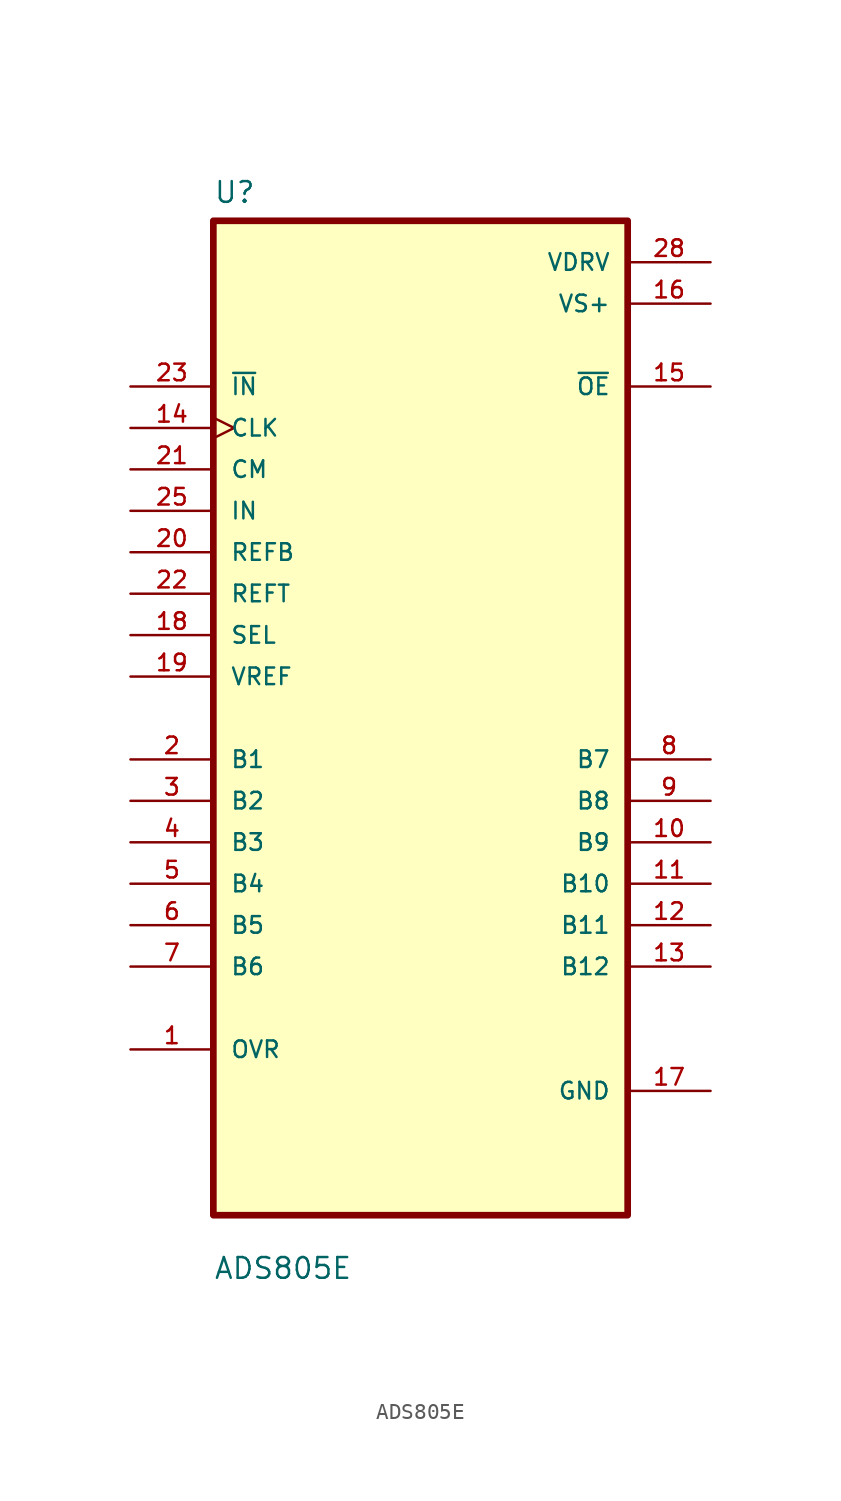
<source format=kicad_sym>
(kicad_symbol_lib
  (version 20211014)
  (generator kicad_symbol_editor)
  (symbol "ADS805E"
    (pin_names
      (offset 1.016))
    (property "Reference" "U"
      (at -12.7 31.48 0.0)
      (effects (font (size 1.27 1.27)) (justify bottom left)))
    (property "Value" "ADS805E"
      (at -12.7 -34.48 0.0)
      (effects (font (size 1.27 1.27)) (justify bottom left)))
    (symbol "ADS805E_0_0"
      (rectangle (start -12.7 -30.48) (end 12.7 30.48) (stroke (width 0.41)) (fill (type background)))
      (pin input line (at -17.78 20.32 0) (length 5.08) (name "~{IN}" (effects (font (size 1.016 1.016)))) (number "23" (effects (font (size 1.016 1.016)))))
      (pin input clock (at -17.78 17.78 0) (length 5.08) (name "CLK" (effects (font (size 1.016 1.016)))) (number "14" (effects (font (size 1.016 1.016)))))
      (pin input line (at -17.78 15.24 0) (length 5.08) (name "CM" (effects (font (size 1.016 1.016)))) (number "21" (effects (font (size 1.016 1.016)))))
      (pin input line (at -17.78 12.7 0) (length 5.08) (name "IN" (effects (font (size 1.016 1.016)))) (number "25" (effects (font (size 1.016 1.016)))))
      (pin input line (at -17.78 10.16 0) (length 5.08) (name "REFB" (effects (font (size 1.016 1.016)))) (number "20" (effects (font (size 1.016 1.016)))))
      (pin input line (at -17.78 7.62 0) (length 5.08) (name "REFT" (effects (font (size 1.016 1.016)))) (number "22" (effects (font (size 1.016 1.016)))))
      (pin input line (at -17.78 5.08 0) (length 5.08) (name "SEL" (effects (font (size 1.016 1.016)))) (number "18" (effects (font (size 1.016 1.016)))))
      (pin input line (at -17.78 2.54 0) (length 5.08) (name "VREF" (effects (font (size 1.016 1.016)))) (number "19" (effects (font (size 1.016 1.016)))))
      (pin bidirectional line (at -17.78 -2.54 0) (length 5.08) (name "B1" (effects (font (size 1.016 1.016)))) (number "2" (effects (font (size 1.016 1.016)))))
      (pin bidirectional line (at -17.78 -5.08 0) (length 5.08) (name "B2" (effects (font (size 1.016 1.016)))) (number "3" (effects (font (size 1.016 1.016)))))
      (pin bidirectional line (at -17.78 -7.62 0) (length 5.08) (name "B3" (effects (font (size 1.016 1.016)))) (number "4" (effects (font (size 1.016 1.016)))))
      (pin bidirectional line (at -17.78 -10.16 0) (length 5.08) (name "B4" (effects (font (size 1.016 1.016)))) (number "5" (effects (font (size 1.016 1.016)))))
      (pin bidirectional line (at -17.78 -12.7 0) (length 5.08) (name "B5" (effects (font (size 1.016 1.016)))) (number "6" (effects (font (size 1.016 1.016)))))
      (pin bidirectional line (at -17.78 -15.24 0) (length 5.08) (name "B6" (effects (font (size 1.016 1.016)))) (number "7" (effects (font (size 1.016 1.016)))))
      (pin bidirectional line (at -17.78 -20.32 0) (length 5.08) (name "OVR" (effects (font (size 1.016 1.016)))) (number "1" (effects (font (size 1.016 1.016)))))
      (pin power_in line (at 17.78 27.94 180.0) (length 5.08) (name "VDRV" (effects (font (size 1.016 1.016)))) (number "28" (effects (font (size 1.016 1.016)))))
      (pin power_in line (at 17.78 25.4 180.0) (length 5.08) (name "VS+" (effects (font (size 1.016 1.016)))) (number "16" (effects (font (size 1.016 1.016)))))
      (pin power_in line (at 17.78 25.4 180.0) (length 5.08) hide (name "VS+" (effects (font (size 1.016 1.016)))) (number "27" (effects (font (size 1.016 1.016)))))
      (pin output line (at 17.78 20.32 180.0) (length 5.08) (name "~{OE}" (effects (font (size 1.016 1.016)))) (number "15" (effects (font (size 1.016 1.016)))))
      (pin bidirectional line (at 17.78 -2.54 180.0) (length 5.08) (name "B7" (effects (font (size 1.016 1.016)))) (number "8" (effects (font (size 1.016 1.016)))))
      (pin bidirectional line (at 17.78 -5.08 180.0) (length 5.08) (name "B8" (effects (font (size 1.016 1.016)))) (number "9" (effects (font (size 1.016 1.016)))))
      (pin bidirectional line (at 17.78 -7.62 180.0) (length 5.08) (name "B9" (effects (font (size 1.016 1.016)))) (number "10" (effects (font (size 1.016 1.016)))))
      (pin bidirectional line (at 17.78 -10.16 180.0) (length 5.08) (name "B10" (effects (font (size 1.016 1.016)))) (number "11" (effects (font (size 1.016 1.016)))))
      (pin bidirectional line (at 17.78 -12.7 180.0) (length 5.08) (name "B11" (effects (font (size 1.016 1.016)))) (number "12" (effects (font (size 1.016 1.016)))))
      (pin bidirectional line (at 17.78 -15.24 180.0) (length 5.08) (name "B12" (effects (font (size 1.016 1.016)))) (number "13" (effects (font (size 1.016 1.016)))))
      (pin power_in line (at 17.78 -22.86 180.0) (length 5.08) (name "GND" (effects (font (size 1.016 1.016)))) (number "17" (effects (font (size 1.016 1.016)))))
      (pin power_in line (at 17.78 -22.86 180.0) (length 5.08) hide (name "GND" (effects (font (size 1.016 1.016)))) (number "24" (effects (font (size 1.016 1.016)))))
      (pin power_in line (at 17.78 -22.86 180.0) (length 5.08) hide (name "GND" (effects (font (size 1.016 1.016)))) (number "26" (effects (font (size 1.016 1.016))))))))
</source>
